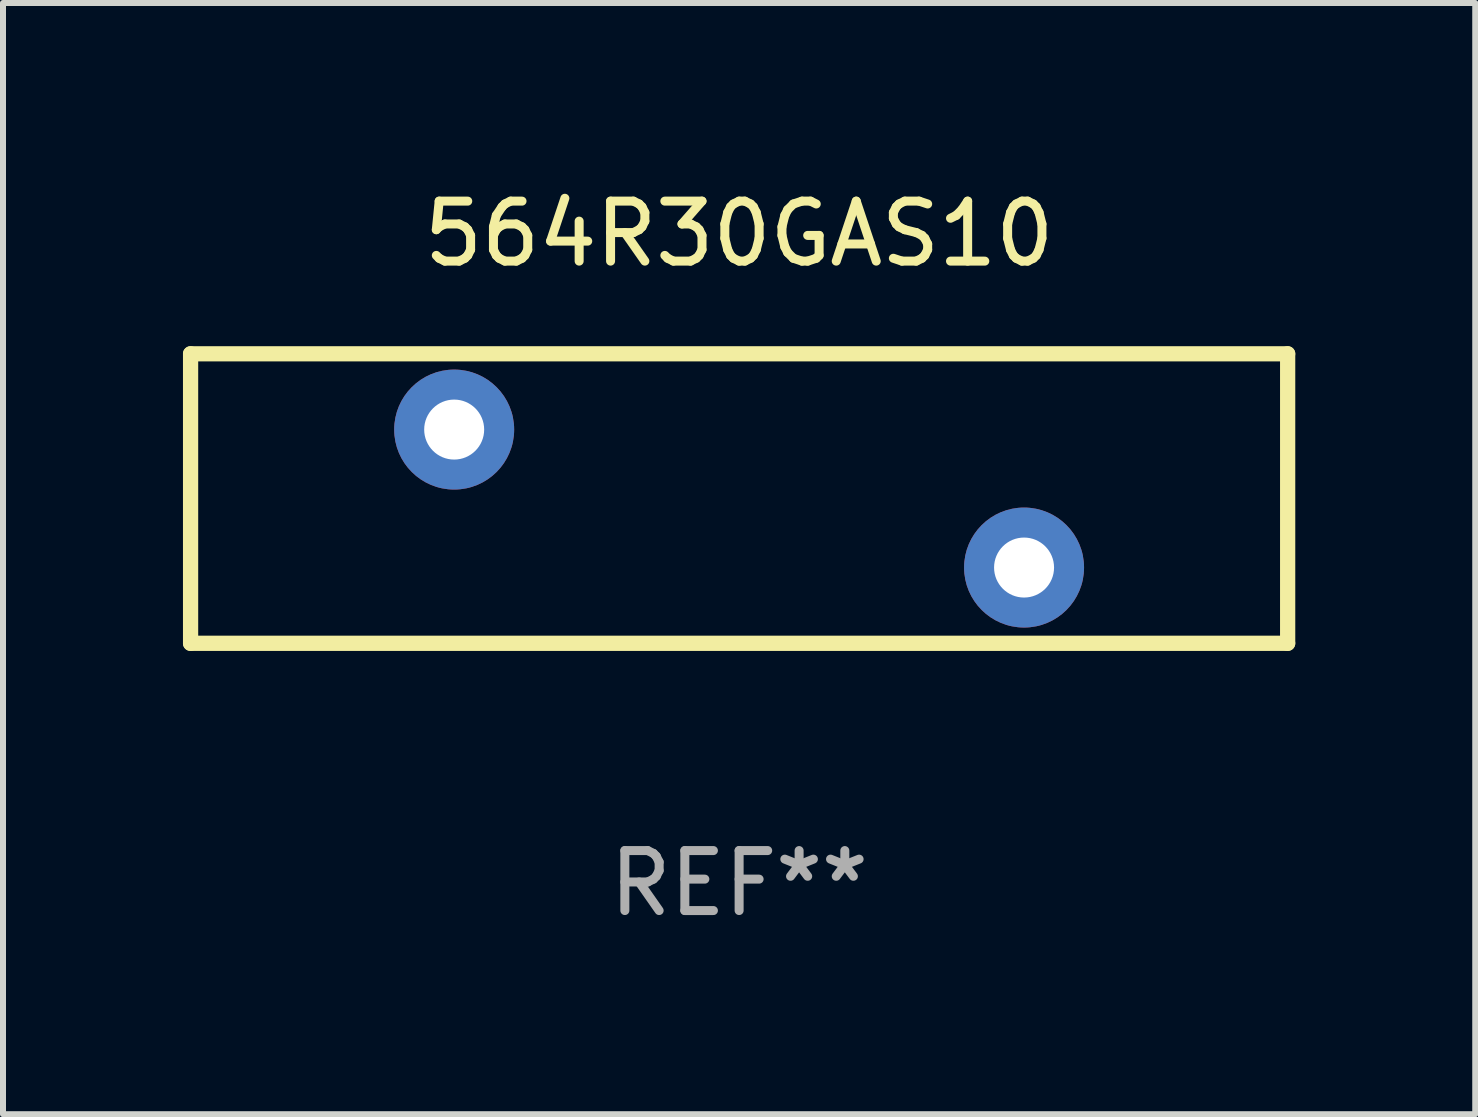
<source format=kicad_pcb>
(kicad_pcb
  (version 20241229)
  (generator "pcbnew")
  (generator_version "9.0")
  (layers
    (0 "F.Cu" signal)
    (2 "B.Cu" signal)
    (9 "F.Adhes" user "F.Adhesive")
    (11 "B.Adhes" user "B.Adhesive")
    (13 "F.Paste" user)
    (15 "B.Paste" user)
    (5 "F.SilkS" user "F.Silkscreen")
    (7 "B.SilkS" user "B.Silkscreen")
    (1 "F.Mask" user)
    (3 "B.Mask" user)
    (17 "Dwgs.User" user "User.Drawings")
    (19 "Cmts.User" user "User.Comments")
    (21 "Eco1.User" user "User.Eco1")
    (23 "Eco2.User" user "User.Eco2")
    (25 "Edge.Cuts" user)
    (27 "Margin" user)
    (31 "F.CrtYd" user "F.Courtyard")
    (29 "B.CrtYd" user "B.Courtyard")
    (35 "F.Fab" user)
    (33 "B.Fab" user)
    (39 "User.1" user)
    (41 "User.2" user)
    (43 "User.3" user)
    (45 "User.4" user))
  (footprint "564R30GAS10"
    (layer "F.Cu")
    (at 9.271 5.261)
    (property "Reference" "564R30GAS10" (at 0 -4.413 0) (layer "F.SilkS") (effects (font (size 1 1) (thickness 0.15))))
    (attr through_hole)
    (fp_line (start -9.144 -2.413) (end 9.144 -2.413) (stroke (width 0.254) (type solid)) (layer "F.SilkS"))
    (fp_line (start -9.144 2.413) (end -9.144 -2.413) (stroke (width 0.254) (type solid)) (layer "F.SilkS"))
    (fp_line (start 9.144 -2.413) (end 9.144 2.413) (stroke (width 0.254) (type solid)) (layer "F.SilkS"))
    (fp_line (start 9.144 2.413) (end -9.144 2.413) (stroke (width 0.254) (type solid)) (layer "F.SilkS"))
    (fp_circle (center -9.15 -2.35) (end -9.12 -2.35) (stroke (width 0.06) (type solid)) (fill no) (layer "F.SilkS"))
    (fp_text user "REF**" (at 0 6.413 0) (layer "F.Fab") (effects (font (size 1 1) (thickness 0.15))))
    (pad "1" thru_hole circle (at -4.75 -1.15) (size 2 2) (drill 1) (layers "*.Cu" "*.Mask"))
    (pad "2" thru_hole circle (at 4.75 1.15) (size 2 2) (drill 1) (layers "*.Cu" "*.Mask")))
  (gr_rect
    (start -3 -3)
    (end 21.542 15.523)
    (stroke (width 0.1) (type default))
    (fill no)
    (layer "Edge.Cuts")))
</source>
